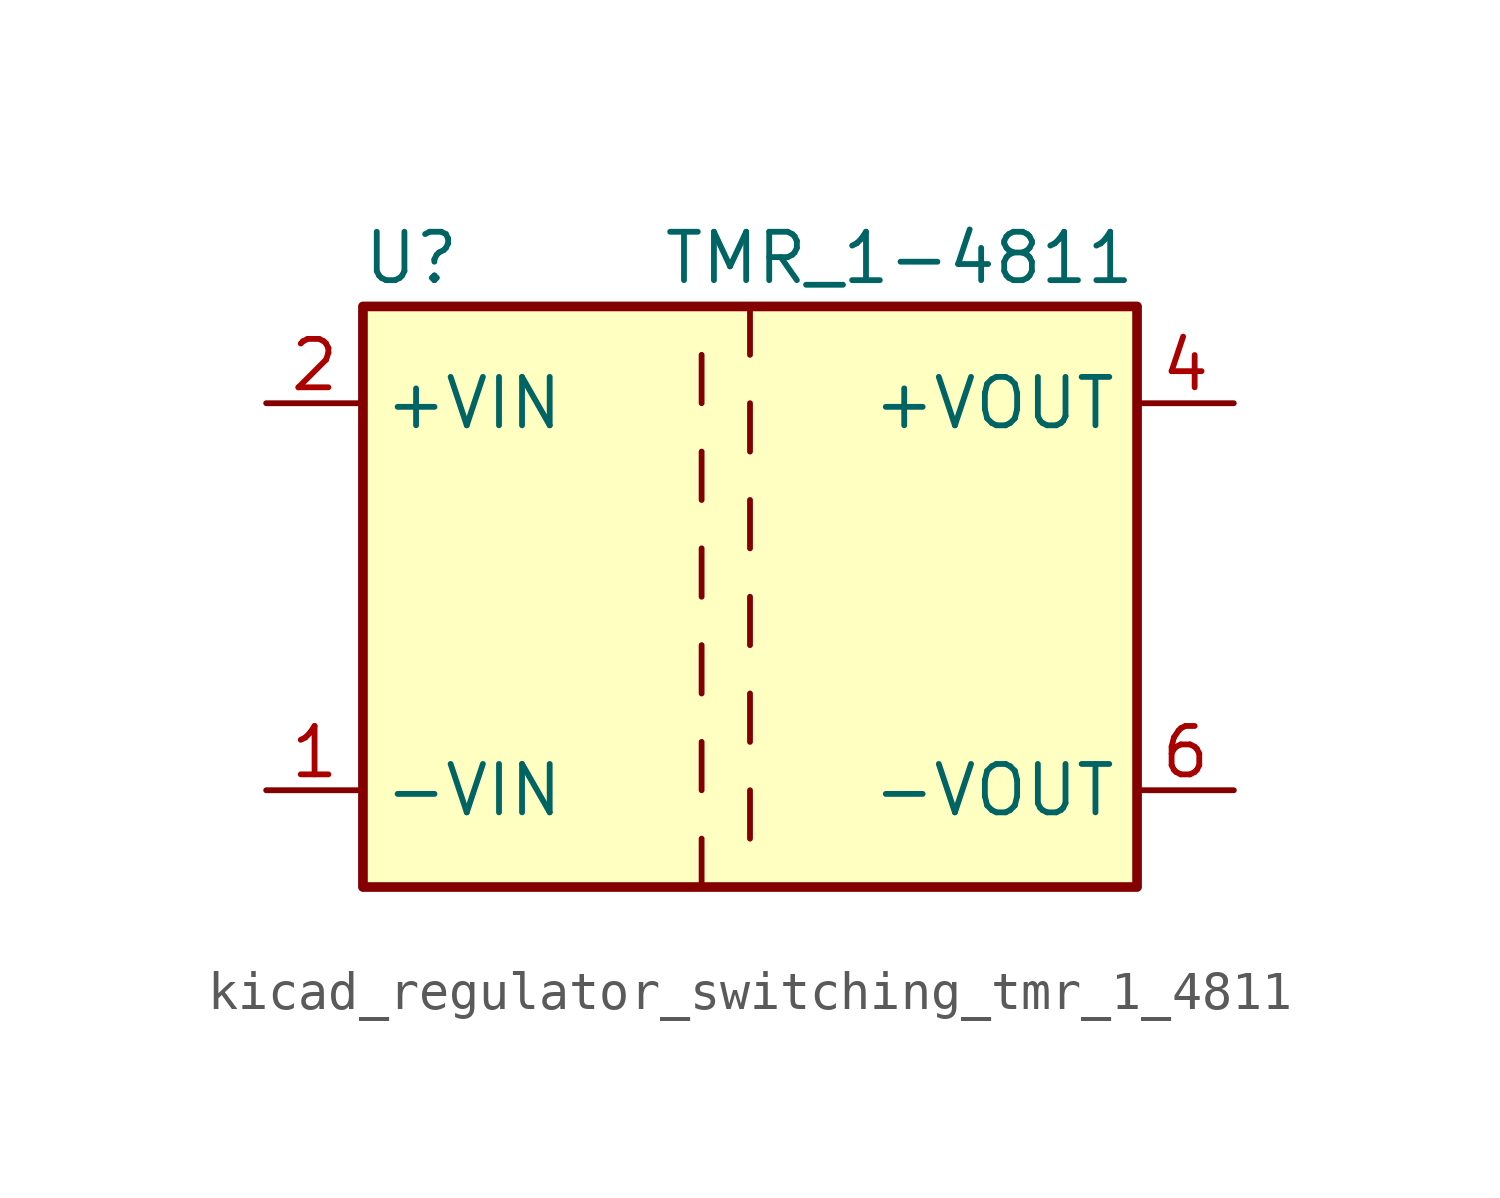
<source format=kicad_sym>
(kicad_symbol_lib
  (version 20220914)
  (generator kicad_symbol_editor)
  (symbol "kicad_regulator_switching_tmr_1_4811"
    (property "Reference" "U"
      (at -8.89 8.89 0)
      (effects (font (size 1.27 1.27))))
    (property "Value" "TMR_1-4811"
      (at 10.16 8.89 0)
      (effects (font (size 1.27 1.27)) (justify right)))
    (symbol "kicad_regulator_switching_tmr_1_4811_0_1"
      (rectangle (start -10.16 7.62) (end 10.16 -7.62) (stroke (width 0.254) (type default)) (fill (type background)))
      (polyline (pts (xy -1.27 -7.62) (xy -1.27 -6.35)) (stroke (width 0) (type default)) (fill (type none)))
      (polyline (pts (xy -1.27 -5.08) (xy -1.27 -3.81)) (stroke (width 0) (type default)) (fill (type none)))
      (polyline (pts (xy -1.27 -2.54) (xy -1.27 -1.27)) (stroke (width 0) (type default)) (fill (type none)))
      (polyline (pts (xy -1.27 0) (xy -1.27 1.27)) (stroke (width 0) (type default)) (fill (type none)))
      (polyline (pts (xy -1.27 2.54) (xy -1.27 3.81)) (stroke (width 0) (type default)) (fill (type none)))
      (polyline (pts (xy -1.27 5.08) (xy -1.27 6.35)) (stroke (width 0) (type default)) (fill (type none)))
      (polyline (pts (xy 0 -5.08) (xy 0 -6.35)) (stroke (width 0) (type default)) (fill (type none)))
      (polyline (pts (xy 0 -2.54) (xy 0 -3.81)) (stroke (width 0) (type default)) (fill (type none)))
      (polyline (pts (xy 0 0) (xy 0 -1.27)) (stroke (width 0) (type default)) (fill (type none)))
      (polyline (pts (xy 0 2.54) (xy 0 1.27)) (stroke (width 0) (type default)) (fill (type none)))
      (polyline (pts (xy 0 5.08) (xy 0 3.81)) (stroke (width 0) (type default)) (fill (type none)))
      (polyline (pts (xy 0 7.62) (xy 0 6.35)) (stroke (width 0) (type default)) (fill (type none))))
    (symbol "kicad_regulator_switching_tmr_1_4811_1_1"
      (pin power_in line (at -12.7 -5.08 0) (length 2.54) (name "-VIN" (effects (font (size 1.27 1.27)))) (number "1" (effects (font (size 1.27 1.27)))))
      (pin power_in line (at -12.7 5.08 0) (length 2.54) (name "+VIN" (effects (font (size 1.27 1.27)))) (number "2" (effects (font (size 1.27 1.27)))))
      (pin power_out line (at 12.7 5.08 180) (length 2.54) (name "+VOUT" (effects (font (size 1.27 1.27)))) (number "4" (effects (font (size 1.27 1.27)))))
      (pin power_out line (at 12.7 -5.08 180) (length 2.54) (name "-VOUT" (effects (font (size 1.27 1.27)))) (number "6" (effects (font (size 1.27 1.27))))))))
</source>
